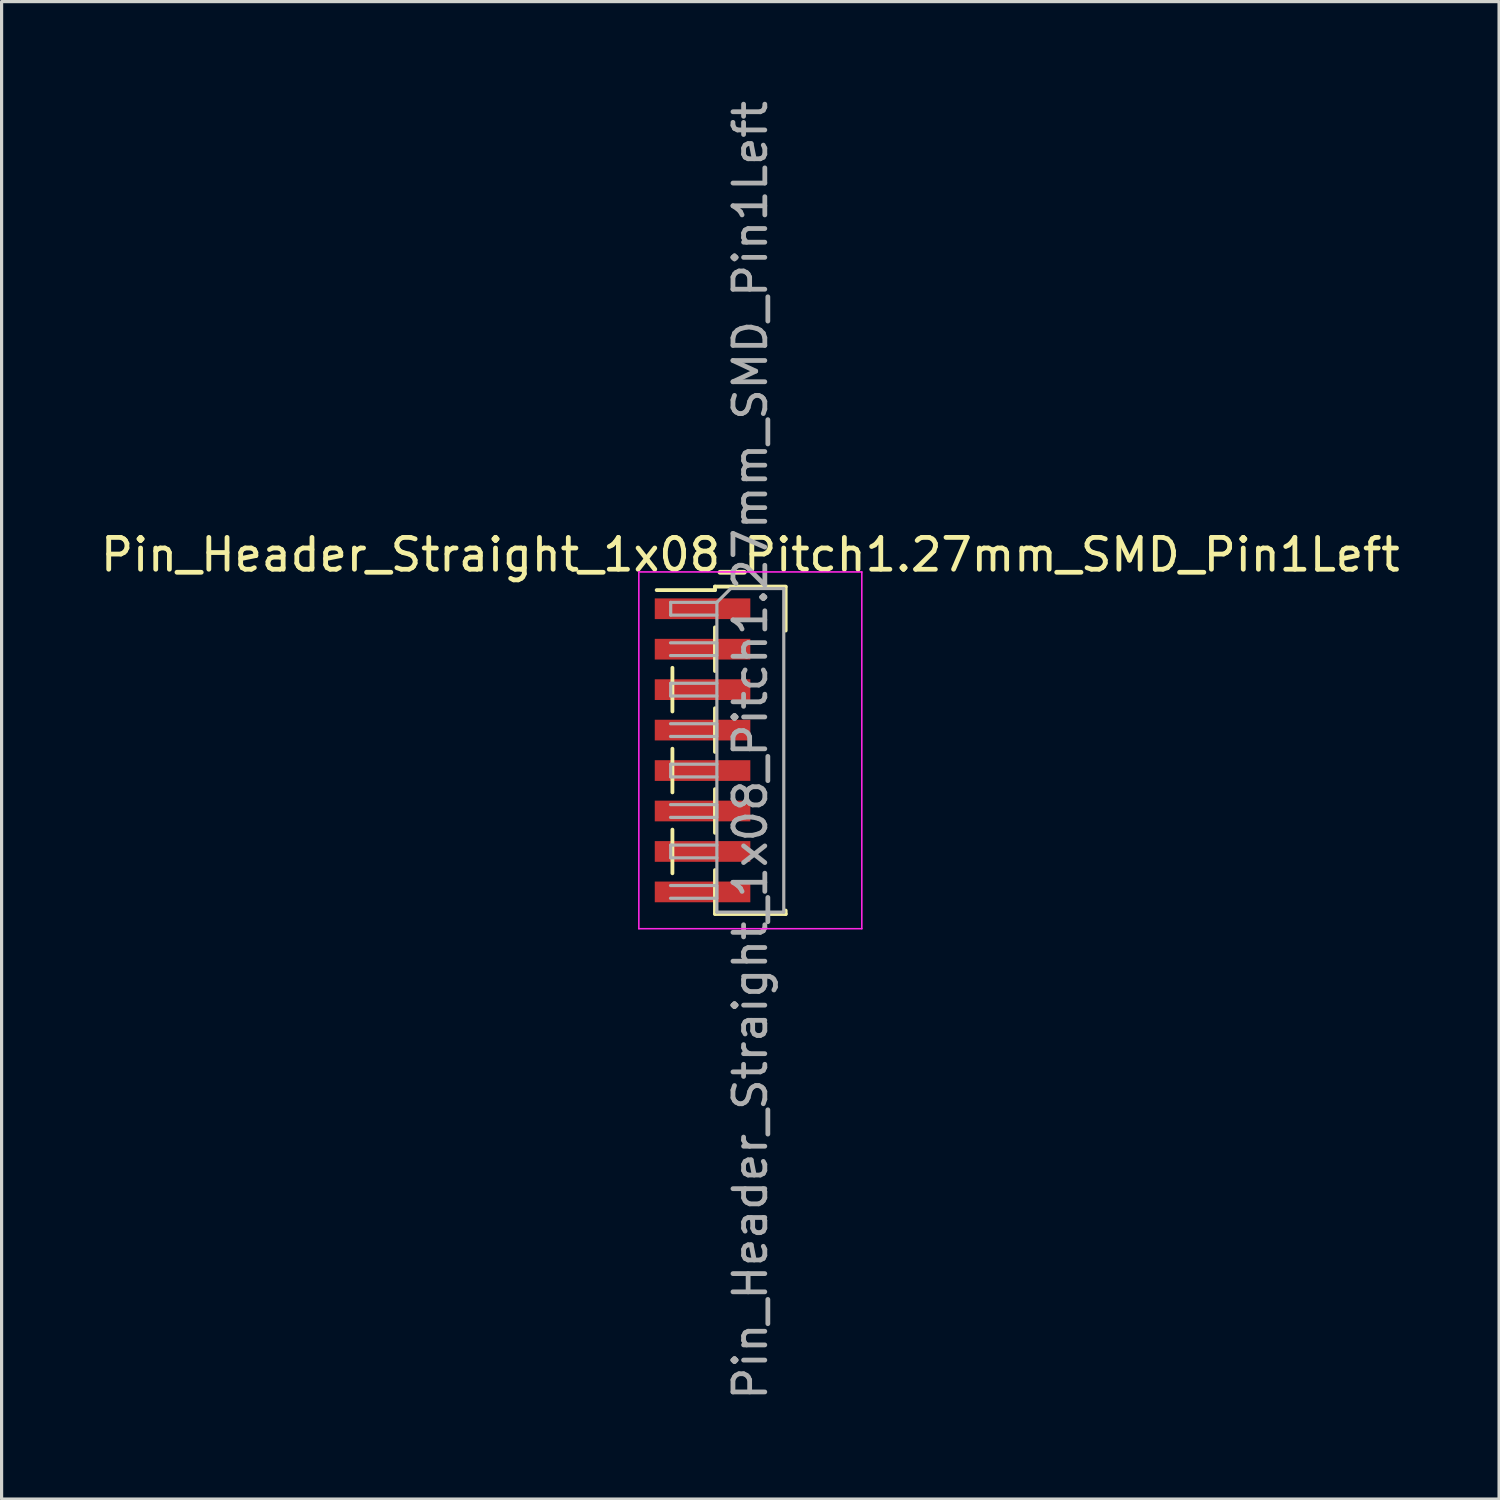
<source format=kicad_pcb>
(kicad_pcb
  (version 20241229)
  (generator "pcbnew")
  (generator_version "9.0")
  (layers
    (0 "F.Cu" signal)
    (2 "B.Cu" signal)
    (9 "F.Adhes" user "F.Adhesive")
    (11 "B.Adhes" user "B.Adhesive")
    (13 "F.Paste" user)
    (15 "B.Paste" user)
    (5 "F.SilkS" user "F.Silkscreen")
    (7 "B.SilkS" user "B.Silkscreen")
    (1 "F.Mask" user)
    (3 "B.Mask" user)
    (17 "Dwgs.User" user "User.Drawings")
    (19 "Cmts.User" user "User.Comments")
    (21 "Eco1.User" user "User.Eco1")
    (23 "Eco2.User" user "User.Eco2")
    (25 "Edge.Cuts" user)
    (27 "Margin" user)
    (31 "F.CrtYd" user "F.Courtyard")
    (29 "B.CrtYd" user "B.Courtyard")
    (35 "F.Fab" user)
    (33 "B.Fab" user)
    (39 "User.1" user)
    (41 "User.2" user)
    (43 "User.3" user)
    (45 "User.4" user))
  (footprint "Pin_Header_Straight_1x08_Pitch1.27mm_SMD_Pin1Left"
    (layer "F.Cu")
    (at 20.506 20.506)
    (property "Reference" "Pin_Header_Straight_1x08_Pitch1.27mm_SMD_Pin1Left" (at 0 -6.14 0) (layer "F.SilkS") (effects (font (size 1 1) (thickness 0.15))))
    (attr smd)
    (fp_line (start -2.446 -2.59) (end -2.446 -1.22) (stroke (width 0.12) (type solid)) (layer "F.SilkS"))
    (fp_line (start -2.446 -0.05) (end -2.446 1.32) (stroke (width 0.12) (type solid)) (layer "F.SilkS"))
    (fp_line (start -2.446 2.49) (end -2.446 3.86) (stroke (width 0.12) (type solid)) (layer "F.SilkS"))
    (fp_line (start -1.11 -5.14) (end -1.11 -5.03) (stroke (width 0.12) (type solid)) (layer "F.SilkS"))
    (fp_line (start -1.11 -5.14) (end 1.11 -5.14) (stroke (width 0.12) (type solid)) (layer "F.SilkS"))
    (fp_line (start -1.11 -5.03) (end -2.94 -5.03) (stroke (width 0.12) (type solid)) (layer "F.SilkS"))
    (fp_line (start -1.11 -3.86) (end -1.11 -2.49) (stroke (width 0.12) (type solid)) (layer "F.SilkS"))
    (fp_line (start -1.11 -1.32) (end -1.11 0.05) (stroke (width 0.12) (type solid)) (layer "F.SilkS"))
    (fp_line (start -1.11 1.22) (end -1.11 2.59) (stroke (width 0.12) (type solid)) (layer "F.SilkS"))
    (fp_line (start -1.11 3.76) (end -1.11 5.13) (stroke (width 0.12) (type solid)) (layer "F.SilkS"))
    (fp_line (start -1.11 5.14) (end 1.11 5.14) (stroke (width 0.12) (type solid)) (layer "F.SilkS"))
    (fp_line (start 1.11 -5.13) (end 1.11 -3.76) (stroke (width 0.12) (type solid)) (layer "F.SilkS"))
    (fp_line (start 1.11 5.03) (end 1.11 5.14) (stroke (width 0.12) (type solid)) (layer "F.SilkS"))
    (fp_line (start -3.5 -5.6) (end -3.5 5.6) (stroke (width 0.05) (type solid)) (layer "F.CrtYd"))
    (fp_line (start -3.5 5.6) (end 3.5 5.6) (stroke (width 0.05) (type solid)) (layer "F.CrtYd"))
    (fp_line (start 3.5 -5.6) (end -3.5 -5.6) (stroke (width 0.05) (type solid)) (layer "F.CrtYd"))
    (fp_line (start 3.5 5.6) (end 3.5 -5.6) (stroke (width 0.05) (type solid)) (layer "F.CrtYd"))
    (fp_line (start -2.506 -3.375) (end -1.056 -3.375) (stroke (width 0.1) (type solid)) (layer "F.Fab"))
    (fp_line (start -2.506 -0.835) (end -1.056 -0.835) (stroke (width 0.1) (type solid)) (layer "F.Fab"))
    (fp_line (start -2.506 1.705) (end -1.056 1.705) (stroke (width 0.1) (type solid)) (layer "F.Fab"))
    (fp_line (start -2.506 4.245) (end -1.056 4.245) (stroke (width 0.1) (type solid)) (layer "F.Fab"))
    (fp_line (start -2.5 -4.645) (end -2.5 -4.245) (stroke (width 0.1) (type solid)) (layer "F.Fab"))
    (fp_line (start -2.5 -4.245) (end -1.05 -4.245) (stroke (width 0.1) (type solid)) (layer "F.Fab"))
    (fp_line (start -2.5 -2.105) (end -2.5 -1.705) (stroke (width 0.1) (type solid)) (layer "F.Fab"))
    (fp_line (start -2.5 -1.705) (end -1.05 -1.705) (stroke (width 0.1) (type solid)) (layer "F.Fab"))
    (fp_line (start -2.5 0.435) (end -2.5 0.835) (stroke (width 0.1) (type solid)) (layer "F.Fab"))
    (fp_line (start -2.5 0.835) (end -1.05 0.835) (stroke (width 0.1) (type solid)) (layer "F.Fab"))
    (fp_line (start -2.5 2.975) (end -2.5 3.375) (stroke (width 0.1) (type solid)) (layer "F.Fab"))
    (fp_line (start -2.5 3.375) (end -1.05 3.375) (stroke (width 0.1) (type solid)) (layer "F.Fab"))
    (fp_line (start -1.056 -3.375) (end -1.056 -2.975) (stroke (width 0.1) (type solid)) (layer "F.Fab"))
    (fp_line (start -1.056 -2.975) (end -2.506 -2.975) (stroke (width 0.1) (type solid)) (layer "F.Fab"))
    (fp_line (start -1.056 -0.835) (end -1.056 -0.435) (stroke (width 0.1) (type solid)) (layer "F.Fab"))
    (fp_line (start -1.056 -0.435) (end -2.506 -0.435) (stroke (width 0.1) (type solid)) (layer "F.Fab"))
    (fp_line (start -1.056 1.705) (end -1.056 2.105) (stroke (width 0.1) (type solid)) (layer "F.Fab"))
    (fp_line (start -1.056 2.105) (end -2.506 2.105) (stroke (width 0.1) (type solid)) (layer "F.Fab"))
    (fp_line (start -1.056 4.245) (end -1.056 4.645) (stroke (width 0.1) (type solid)) (layer "F.Fab"))
    (fp_line (start -1.056 4.645) (end -2.506 4.645) (stroke (width 0.1) (type solid)) (layer "F.Fab"))
    (fp_line (start -1.05 -4.645) (end -2.5 -4.645) (stroke (width 0.1) (type solid)) (layer "F.Fab"))
    (fp_line (start -1.05 -4.645) (end -0.615 -5.08) (stroke (width 0.1) (type solid)) (layer "F.Fab"))
    (fp_line (start -1.05 -2.105) (end -2.5 -2.105) (stroke (width 0.1) (type solid)) (layer "F.Fab"))
    (fp_line (start -1.05 0.435) (end -2.5 0.435) (stroke (width 0.1) (type solid)) (layer "F.Fab"))
    (fp_line (start -1.05 2.975) (end -2.5 2.975) (stroke (width 0.1) (type solid)) (layer "F.Fab"))
    (fp_line (start -1.05 5.08) (end -1.05 -4.645) (stroke (width 0.1) (type solid)) (layer "F.Fab"))
    (fp_line (start -0.615 -5.08) (end 1.05 -5.08) (stroke (width 0.1) (type solid)) (layer "F.Fab"))
    (fp_line (start 1.05 -5.08) (end 1.05 5.08) (stroke (width 0.1) (type solid)) (layer "F.Fab"))
    (fp_line (start 1.05 5.08) (end -1.05 5.08) (stroke (width 0.1) (type solid)) (layer "F.Fab"))
    (fp_text user "${REFERENCE}" (at 0 0 90) (layer "F.Fab") (effects (font (size 1 1) (thickness 0.15))))
    (pad "1" smd rect (at -1.5 -4.445) (size 3 0.65) (layers "F.Cu" "F.Mask" "F.Paste"))
    (pad "2" smd rect (at -1.5 -3.175) (size 3 0.65) (layers "F.Cu" "F.Mask" "F.Paste"))
    (pad "3" smd rect (at -1.5 -1.905) (size 3 0.65) (layers "F.Cu" "F.Mask" "F.Paste"))
    (pad "4" smd rect (at -1.5 -0.635) (size 3 0.65) (layers "F.Cu" "F.Mask" "F.Paste"))
    (pad "5" smd rect (at -1.5 0.635) (size 3 0.65) (layers "F.Cu" "F.Mask" "F.Paste"))
    (pad "6" smd rect (at -1.5 1.905) (size 3 0.65) (layers "F.Cu" "F.Mask" "F.Paste"))
    (pad "7" smd rect (at -1.5 3.175) (size 3 0.65) (layers "F.Cu" "F.Mask" "F.Paste"))
    (pad "8" smd rect (at -1.5 4.445) (size 3 0.65) (layers "F.Cu" "F.Mask" "F.Paste")))
  (gr_rect
    (start -3 -3)
    (end 44.012 44.012)
    (stroke (width 0.1) (type default))
    (fill no)
    (layer "Edge.Cuts")))
</source>
